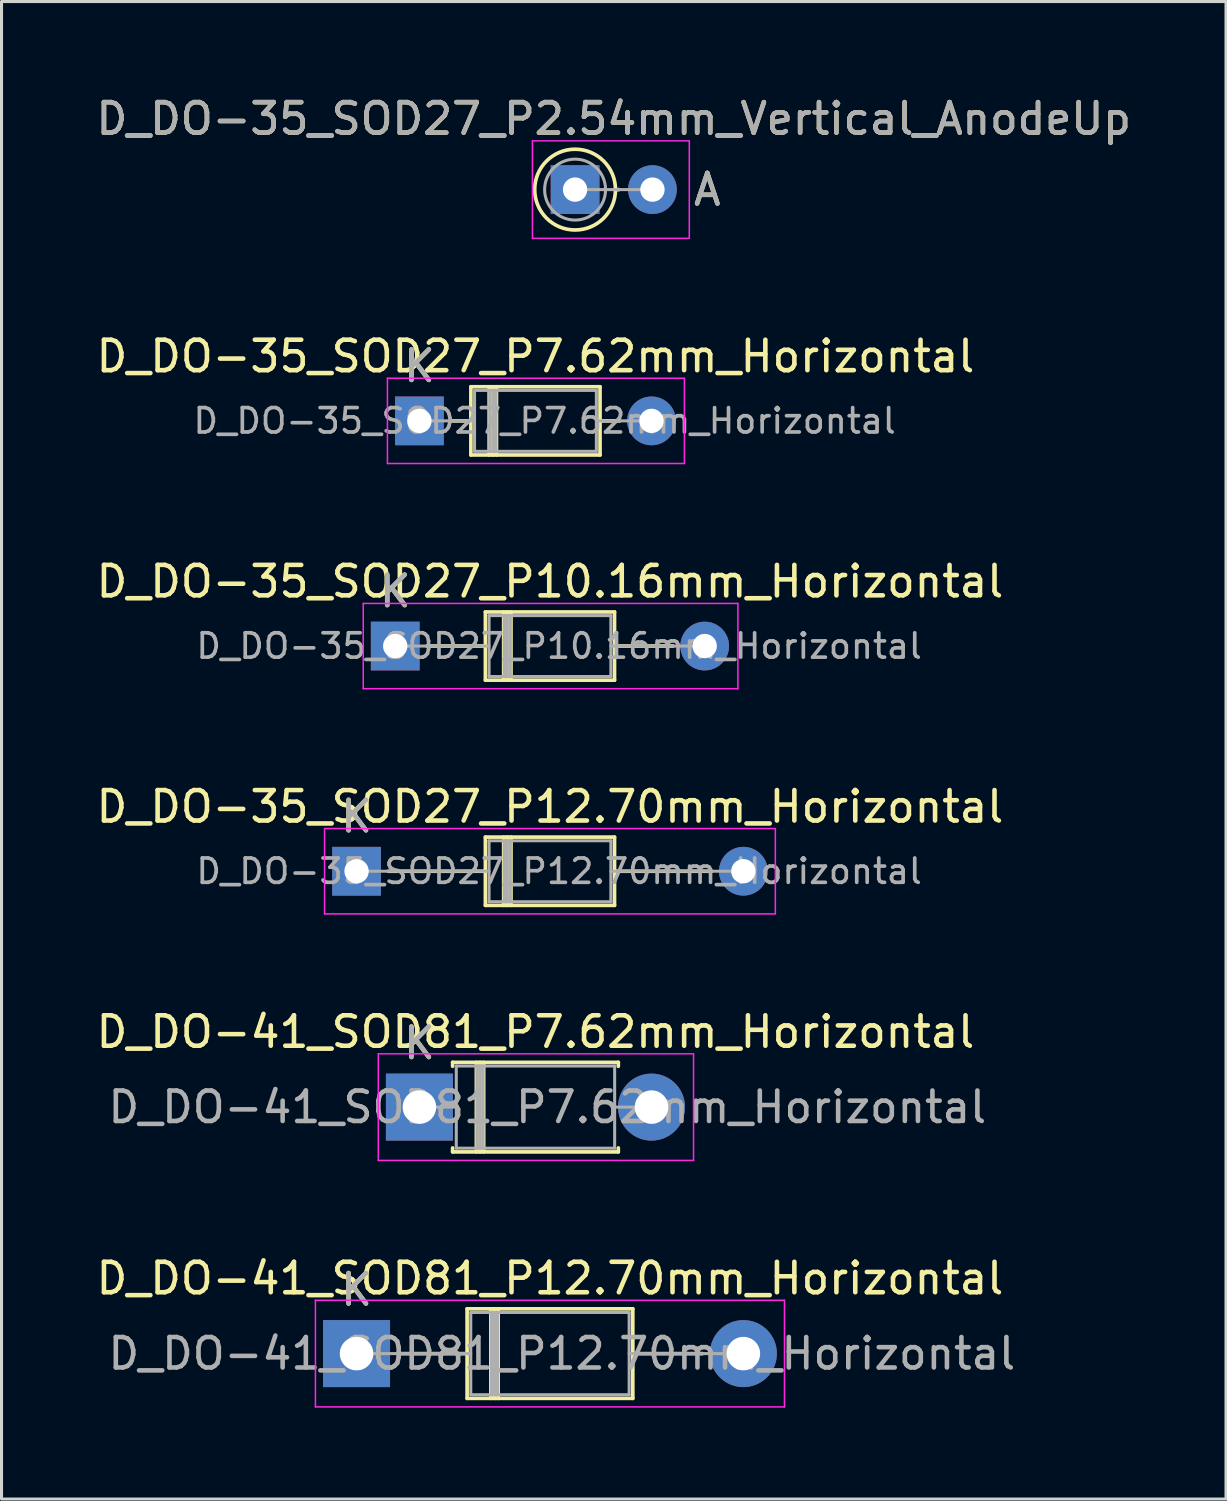
<source format=kicad_pcb>
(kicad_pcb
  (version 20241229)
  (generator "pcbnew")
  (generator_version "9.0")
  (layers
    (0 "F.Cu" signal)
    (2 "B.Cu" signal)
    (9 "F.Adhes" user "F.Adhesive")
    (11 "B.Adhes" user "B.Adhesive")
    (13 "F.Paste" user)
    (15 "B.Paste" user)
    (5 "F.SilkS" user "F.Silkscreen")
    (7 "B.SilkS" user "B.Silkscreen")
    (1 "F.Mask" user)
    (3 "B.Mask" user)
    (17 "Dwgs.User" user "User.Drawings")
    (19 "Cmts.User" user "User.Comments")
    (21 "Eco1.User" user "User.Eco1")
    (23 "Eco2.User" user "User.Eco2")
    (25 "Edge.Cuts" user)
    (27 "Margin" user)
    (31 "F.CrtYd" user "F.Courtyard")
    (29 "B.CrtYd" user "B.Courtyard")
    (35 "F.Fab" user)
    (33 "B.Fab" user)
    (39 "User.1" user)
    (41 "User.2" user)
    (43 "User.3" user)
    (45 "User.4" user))
  (footprint "D_DO-35_SOD27_P7.62mm_Horizontal"
    (layer "F.Cu")
    (at 10.72 10.768)
    (property "Reference" "D_DO-35_SOD27_P7.62mm_Horizontal" (at 3.81 -2.12 0) (layer "F.SilkS") (effects (font (size 1 1) (thickness 0.15))))
    (attr through_hole)
    (fp_line (start 1.04 0) (end 1.69 0) (stroke (width 0.12) (type solid)) (layer "F.SilkS"))
    (fp_line (start 1.69 -1.12) (end 1.69 1.12) (stroke (width 0.12) (type solid)) (layer "F.SilkS"))
    (fp_line (start 1.69 1.12) (end 5.93 1.12) (stroke (width 0.12) (type solid)) (layer "F.SilkS"))
    (fp_line (start 2.29 -1.12) (end 2.29 1.12) (stroke (width 0.12) (type solid)) (layer "F.SilkS"))
    (fp_line (start 2.41 -1.12) (end 2.41 1.12) (stroke (width 0.12) (type solid)) (layer "F.SilkS"))
    (fp_line (start 2.53 -1.12) (end 2.53 1.12) (stroke (width 0.12) (type solid)) (layer "F.SilkS"))
    (fp_line (start 5.93 -1.12) (end 1.69 -1.12) (stroke (width 0.12) (type solid)) (layer "F.SilkS"))
    (fp_line (start 5.93 1.12) (end 5.93 -1.12) (stroke (width 0.12) (type solid)) (layer "F.SilkS"))
    (fp_line (start 6.58 0) (end 5.93 0) (stroke (width 0.12) (type solid)) (layer "F.SilkS"))
    (fp_line (start -1.05 -1.4) (end -1.05 1.4) (stroke (width 0.05) (type solid)) (layer "F.CrtYd"))
    (fp_line (start -1.05 1.4) (end 8.7 1.4) (stroke (width 0.05) (type solid)) (layer "F.CrtYd"))
    (fp_line (start 8.7 -1.4) (end -1.05 -1.4) (stroke (width 0.05) (type solid)) (layer "F.CrtYd"))
    (fp_line (start 8.7 1.4) (end 8.7 -1.4) (stroke (width 0.05) (type solid)) (layer "F.CrtYd"))
    (fp_line (start 0 0) (end 1.81 0) (stroke (width 0.1) (type solid)) (layer "F.Fab"))
    (fp_line (start 1.81 -1) (end 1.81 1) (stroke (width 0.1) (type solid)) (layer "F.Fab"))
    (fp_line (start 1.81 1) (end 5.81 1) (stroke (width 0.1) (type solid)) (layer "F.Fab"))
    (fp_line (start 2.31 -1) (end 2.31 1) (stroke (width 0.1) (type solid)) (layer "F.Fab"))
    (fp_line (start 2.41 -1) (end 2.41 1) (stroke (width 0.1) (type solid)) (layer "F.Fab"))
    (fp_line (start 2.51 -1) (end 2.51 1) (stroke (width 0.1) (type solid)) (layer "F.Fab"))
    (fp_line (start 5.81 -1) (end 1.81 -1) (stroke (width 0.1) (type solid)) (layer "F.Fab"))
    (fp_line (start 5.81 1) (end 5.81 -1) (stroke (width 0.1) (type solid)) (layer "F.Fab"))
    (fp_line (start 7.62 0) (end 5.81 0) (stroke (width 0.1) (type solid)) (layer "F.Fab"))
    (fp_text user "K" (at 0 -1.8 0) (layer "F.SilkS") (effects (font (size 1 1) (thickness 0.15))))
    (fp_text user "${REFERENCE}" (at 4.11 0 0) (layer "F.Fab") (effects (font (size 0.8 0.8) (thickness 0.12))))
    (fp_text user "K" (at 0 -1.8 0) (layer "F.Fab") (effects (font (size 1 1) (thickness 0.15))))
    (pad "1" thru_hole rect (at 0 0) (size 1.6 1.6) (drill 0.8) (layers "*.Cu" "*.Mask"))
    (pad "2" thru_hole oval (at 7.62 0) (size 1.6 1.6) (drill 0.8) (layers "*.Cu" "*.Mask")))
  (footprint "D_DO-41_SOD81_P12.70mm_Horizontal"
    (layer "F.Cu")
    (at 8.656 41.391)
    (property "Reference" "D_DO-41_SOD81_P12.70mm_Horizontal" (at 6.35 -2.47 0) (layer "F.SilkS") (effects (font (size 1 1) (thickness 0.15))))
    (attr through_hole)
    (fp_line (start 1.34 0) (end 3.63 0) (stroke (width 0.12) (type solid)) (layer "F.SilkS"))
    (fp_line (start 3.63 -1.47) (end 3.63 1.47) (stroke (width 0.12) (type solid)) (layer "F.SilkS"))
    (fp_line (start 3.63 1.47) (end 9.07 1.47) (stroke (width 0.12) (type solid)) (layer "F.SilkS"))
    (fp_line (start 4.41 -1.47) (end 4.41 1.47) (stroke (width 0.12) (type solid)) (layer "F.SilkS"))
    (fp_line (start 4.53 -1.47) (end 4.53 1.47) (stroke (width 0.12) (type solid)) (layer "F.SilkS"))
    (fp_line (start 4.65 -1.47) (end 4.65 1.47) (stroke (width 0.12) (type solid)) (layer "F.SilkS"))
    (fp_line (start 9.07 -1.47) (end 3.63 -1.47) (stroke (width 0.12) (type solid)) (layer "F.SilkS"))
    (fp_line (start 9.07 1.47) (end 9.07 -1.47) (stroke (width 0.12) (type solid)) (layer "F.SilkS"))
    (fp_line (start 11.36 0) (end 9.07 0) (stroke (width 0.12) (type solid)) (layer "F.SilkS"))
    (fp_line (start -1.35 -1.75) (end -1.35 1.75) (stroke (width 0.05) (type solid)) (layer "F.CrtYd"))
    (fp_line (start -1.35 1.75) (end 14.05 1.75) (stroke (width 0.05) (type solid)) (layer "F.CrtYd"))
    (fp_line (start 14.05 -1.75) (end -1.35 -1.75) (stroke (width 0.05) (type solid)) (layer "F.CrtYd"))
    (fp_line (start 14.05 1.75) (end 14.05 -1.75) (stroke (width 0.05) (type solid)) (layer "F.CrtYd"))
    (fp_line (start 0 0) (end 3.75 0) (stroke (width 0.1) (type solid)) (layer "F.Fab"))
    (fp_line (start 3.75 -1.35) (end 3.75 1.35) (stroke (width 0.1) (type solid)) (layer "F.Fab"))
    (fp_line (start 3.75 1.35) (end 8.95 1.35) (stroke (width 0.1) (type solid)) (layer "F.Fab"))
    (fp_line (start 4.43 -1.35) (end 4.43 1.35) (stroke (width 0.1) (type solid)) (layer "F.Fab"))
    (fp_line (start 4.53 -1.35) (end 4.53 1.35) (stroke (width 0.1) (type solid)) (layer "F.Fab"))
    (fp_line (start 4.63 -1.35) (end 4.63 1.35) (stroke (width 0.1) (type solid)) (layer "F.Fab"))
    (fp_line (start 8.95 -1.35) (end 3.75 -1.35) (stroke (width 0.1) (type solid)) (layer "F.Fab"))
    (fp_line (start 8.95 1.35) (end 8.95 -1.35) (stroke (width 0.1) (type solid)) (layer "F.Fab"))
    (fp_line (start 12.7 0) (end 8.95 0) (stroke (width 0.1) (type solid)) (layer "F.Fab"))
    (fp_text user "K" (at 0 -2.1 0) (layer "F.SilkS") (effects (font (size 1 1) (thickness 0.15))))
    (fp_text user "${REFERENCE}" (at 6.74 0 0) (layer "F.Fab") (effects (font (size 1 1) (thickness 0.15))))
    (fp_text user "K" (at 0 -2.1 0) (layer "F.Fab") (effects (font (size 1 1) (thickness 0.15))))
    (pad "1" thru_hole rect (at 0 0) (size 2.2 2.2) (drill 1.1) (layers "*.Cu" "*.Mask"))
    (pad "2" thru_hole oval (at 12.7 0) (size 2.2 2.2) (drill 1.1) (layers "*.Cu" "*.Mask")))
  (footprint "D_DO-35_SOD27_P2.54mm_Vertical_AnodeUp"
    (layer "F.Cu")
    (at 15.831 3.175)
    (property "Reference" "D_DO-35_SOD27_P2.54mm_Vertical_AnodeUp" (at 1.27 -2.326 0) (layer "F.SilkS") (effects (font (size 1 1) (thickness 0.15))))
    (attr through_hole)
    (fp_line (start 1.326 0) (end 1.44 0) (stroke (width 0.12) (type solid)) (layer "F.SilkS"))
    (fp_circle (center 0 0) (end 1.326 0) (stroke (width 0.12) (type solid)) (fill no) (layer "F.SilkS"))
    (fp_line (start -1.4 -1.6) (end -1.4 1.6) (stroke (width 0.05) (type solid)) (layer "F.CrtYd"))
    (fp_line (start -1.4 1.6) (end 3.75 1.6) (stroke (width 0.05) (type solid)) (layer "F.CrtYd"))
    (fp_line (start 3.75 -1.6) (end -1.4 -1.6) (stroke (width 0.05) (type solid)) (layer "F.CrtYd"))
    (fp_line (start 3.75 1.6) (end 3.75 -1.6) (stroke (width 0.05) (type solid)) (layer "F.CrtYd"))
    (fp_line (start 0 0) (end 2.54 0) (stroke (width 0.1) (type solid)) (layer "F.Fab"))
    (fp_circle (center 0 0) (end 1 0) (stroke (width 0.1) (type solid)) (fill no) (layer "F.Fab"))
    (fp_text user "A" (at 4.34 0 0) (layer "F.SilkS") (effects (font (size 1 1) (thickness 0.15))))
    (fp_text user "A" (at 4.34 0 0) (layer "F.Fab") (effects (font (size 1 1) (thickness 0.15))))
    (fp_text user "${REFERENCE}" (at 1.27 -2.326 0) (layer "F.Fab") (effects (font (size 1 1) (thickness 0.15))))
    (pad "1" thru_hole rect (at 0 0) (size 1.6 1.6) (drill 0.8) (layers "*.Cu" "*.Mask"))
    (pad "2" thru_hole oval (at 2.54 0) (size 1.6 1.6) (drill 0.8) (layers "*.Cu" "*.Mask")))
  (footprint "D_DO-41_SOD81_P7.62mm_Horizontal"
    (layer "F.Cu")
    (at 10.72 33.298)
    (property "Reference" "D_DO-41_SOD81_P7.62mm_Horizontal" (at 3.81 -2.47 0) (layer "F.SilkS") (effects (font (size 1 1) (thickness 0.15))))
    (attr through_hole)
    (fp_line (start 1.09 -1.47) (end 6.53 -1.47) (stroke (width 0.12) (type solid)) (layer "F.SilkS"))
    (fp_line (start 1.09 -1.34) (end 1.09 -1.47) (stroke (width 0.12) (type solid)) (layer "F.SilkS"))
    (fp_line (start 1.09 1.34) (end 1.09 1.47) (stroke (width 0.12) (type solid)) (layer "F.SilkS"))
    (fp_line (start 1.09 1.47) (end 6.53 1.47) (stroke (width 0.12) (type solid)) (layer "F.SilkS"))
    (fp_line (start 1.87 -1.47) (end 1.87 1.47) (stroke (width 0.12) (type solid)) (layer "F.SilkS"))
    (fp_line (start 1.99 -1.47) (end 1.99 1.47) (stroke (width 0.12) (type solid)) (layer "F.SilkS"))
    (fp_line (start 2.11 -1.47) (end 2.11 1.47) (stroke (width 0.12) (type solid)) (layer "F.SilkS"))
    (fp_line (start 6.53 -1.47) (end 6.53 -1.34) (stroke (width 0.12) (type solid)) (layer "F.SilkS"))
    (fp_line (start 6.53 1.47) (end 6.53 1.34) (stroke (width 0.12) (type solid)) (layer "F.SilkS"))
    (fp_line (start -1.35 -1.75) (end -1.35 1.75) (stroke (width 0.05) (type solid)) (layer "F.CrtYd"))
    (fp_line (start -1.35 1.75) (end 9 1.75) (stroke (width 0.05) (type solid)) (layer "F.CrtYd"))
    (fp_line (start 9 -1.75) (end -1.35 -1.75) (stroke (width 0.05) (type solid)) (layer "F.CrtYd"))
    (fp_line (start 9 1.75) (end 9 -1.75) (stroke (width 0.05) (type solid)) (layer "F.CrtYd"))
    (fp_line (start 0 0) (end 1.21 0) (stroke (width 0.1) (type solid)) (layer "F.Fab"))
    (fp_line (start 1.21 -1.35) (end 1.21 1.35) (stroke (width 0.1) (type solid)) (layer "F.Fab"))
    (fp_line (start 1.21 1.35) (end 6.41 1.35) (stroke (width 0.1) (type solid)) (layer "F.Fab"))
    (fp_line (start 1.89 -1.35) (end 1.89 1.35) (stroke (width 0.1) (type solid)) (layer "F.Fab"))
    (fp_line (start 1.99 -1.35) (end 1.99 1.35) (stroke (width 0.1) (type solid)) (layer "F.Fab"))
    (fp_line (start 2.09 -1.35) (end 2.09 1.35) (stroke (width 0.1) (type solid)) (layer "F.Fab"))
    (fp_line (start 6.41 -1.35) (end 1.21 -1.35) (stroke (width 0.1) (type solid)) (layer "F.Fab"))
    (fp_line (start 6.41 1.35) (end 6.41 -1.35) (stroke (width 0.1) (type solid)) (layer "F.Fab"))
    (fp_line (start 7.62 0) (end 6.41 0) (stroke (width 0.1) (type solid)) (layer "F.Fab"))
    (fp_text user "K" (at 0 -2.1 0) (layer "F.SilkS") (effects (font (size 1 1) (thickness 0.15))))
    (fp_text user "${REFERENCE}" (at 4.2 0 0) (layer "F.Fab") (effects (font (size 1 1) (thickness 0.15))))
    (fp_text user "K" (at 0 -2.1 0) (layer "F.Fab") (effects (font (size 1 1) (thickness 0.15))))
    (pad "1" thru_hole rect (at 0 0) (size 2.2 2.2) (drill 1.1) (layers "*.Cu" "*.Mask"))
    (pad "2" thru_hole oval (at 7.62 0) (size 2.2 2.2) (drill 1.1) (layers "*.Cu" "*.Mask")))
  (footprint "D_DO-35_SOD27_P10.16mm_Horizontal"
    (layer "F.Cu")
    (at 9.926 18.161)
    (property "Reference" "D_DO-35_SOD27_P10.16mm_Horizontal" (at 5.08 -2.12 0) (layer "F.SilkS") (effects (font (size 1 1) (thickness 0.15))))
    (attr through_hole)
    (fp_line (start 1.04 0) (end 2.96 0) (stroke (width 0.12) (type solid)) (layer "F.SilkS"))
    (fp_line (start 2.96 -1.12) (end 2.96 1.12) (stroke (width 0.12) (type solid)) (layer "F.SilkS"))
    (fp_line (start 2.96 1.12) (end 7.2 1.12) (stroke (width 0.12) (type solid)) (layer "F.SilkS"))
    (fp_line (start 3.56 -1.12) (end 3.56 1.12) (stroke (width 0.12) (type solid)) (layer "F.SilkS"))
    (fp_line (start 3.68 -1.12) (end 3.68 1.12) (stroke (width 0.12) (type solid)) (layer "F.SilkS"))
    (fp_line (start 3.8 -1.12) (end 3.8 1.12) (stroke (width 0.12) (type solid)) (layer "F.SilkS"))
    (fp_line (start 7.2 -1.12) (end 2.96 -1.12) (stroke (width 0.12) (type solid)) (layer "F.SilkS"))
    (fp_line (start 7.2 1.12) (end 7.2 -1.12) (stroke (width 0.12) (type solid)) (layer "F.SilkS"))
    (fp_line (start 9.12 0) (end 7.2 0) (stroke (width 0.12) (type solid)) (layer "F.SilkS"))
    (fp_line (start -1.05 -1.4) (end -1.05 1.4) (stroke (width 0.05) (type solid)) (layer "F.CrtYd"))
    (fp_line (start -1.05 1.4) (end 11.25 1.4) (stroke (width 0.05) (type solid)) (layer "F.CrtYd"))
    (fp_line (start 11.25 -1.4) (end -1.05 -1.4) (stroke (width 0.05) (type solid)) (layer "F.CrtYd"))
    (fp_line (start 11.25 1.4) (end 11.25 -1.4) (stroke (width 0.05) (type solid)) (layer "F.CrtYd"))
    (fp_line (start 0 0) (end 3.08 0) (stroke (width 0.1) (type solid)) (layer "F.Fab"))
    (fp_line (start 3.08 -1) (end 3.08 1) (stroke (width 0.1) (type solid)) (layer "F.Fab"))
    (fp_line (start 3.08 1) (end 7.08 1) (stroke (width 0.1) (type solid)) (layer "F.Fab"))
    (fp_line (start 3.58 -1) (end 3.58 1) (stroke (width 0.1) (type solid)) (layer "F.Fab"))
    (fp_line (start 3.68 -1) (end 3.68 1) (stroke (width 0.1) (type solid)) (layer "F.Fab"))
    (fp_line (start 3.78 -1) (end 3.78 1) (stroke (width 0.1) (type solid)) (layer "F.Fab"))
    (fp_line (start 7.08 -1) (end 3.08 -1) (stroke (width 0.1) (type solid)) (layer "F.Fab"))
    (fp_line (start 7.08 1) (end 7.08 -1) (stroke (width 0.1) (type solid)) (layer "F.Fab"))
    (fp_line (start 10.16 0) (end 7.08 0) (stroke (width 0.1) (type solid)) (layer "F.Fab"))
    (fp_text user "K" (at 0 -1.8 0) (layer "F.SilkS") (effects (font (size 1 1) (thickness 0.15))))
    (fp_text user "${REFERENCE}" (at 5.38 0 0) (layer "F.Fab") (effects (font (size 0.8 0.8) (thickness 0.12))))
    (fp_text user "K" (at 0 -1.8 0) (layer "F.Fab") (effects (font (size 1 1) (thickness 0.15))))
    (pad "1" thru_hole rect (at 0 0) (size 1.6 1.6) (drill 0.8) (layers "*.Cu" "*.Mask"))
    (pad "2" thru_hole oval (at 10.16 0) (size 1.6 1.6) (drill 0.8) (layers "*.Cu" "*.Mask")))
  (footprint "D_DO-35_SOD27_P12.70mm_Horizontal"
    (layer "F.Cu")
    (at 8.656 25.554)
    (property "Reference" "D_DO-35_SOD27_P12.70mm_Horizontal" (at 6.35 -2.12 0) (layer "F.SilkS") (effects (font (size 1 1) (thickness 0.15))))
    (attr through_hole)
    (fp_line (start 1.04 0) (end 4.23 0) (stroke (width 0.12) (type solid)) (layer "F.SilkS"))
    (fp_line (start 4.23 -1.12) (end 4.23 1.12) (stroke (width 0.12) (type solid)) (layer "F.SilkS"))
    (fp_line (start 4.23 1.12) (end 8.47 1.12) (stroke (width 0.12) (type solid)) (layer "F.SilkS"))
    (fp_line (start 4.83 -1.12) (end 4.83 1.12) (stroke (width 0.12) (type solid)) (layer "F.SilkS"))
    (fp_line (start 4.95 -1.12) (end 4.95 1.12) (stroke (width 0.12) (type solid)) (layer "F.SilkS"))
    (fp_line (start 5.07 -1.12) (end 5.07 1.12) (stroke (width 0.12) (type solid)) (layer "F.SilkS"))
    (fp_line (start 8.47 -1.12) (end 4.23 -1.12) (stroke (width 0.12) (type solid)) (layer "F.SilkS"))
    (fp_line (start 8.47 1.12) (end 8.47 -1.12) (stroke (width 0.12) (type solid)) (layer "F.SilkS"))
    (fp_line (start 11.66 0) (end 8.47 0) (stroke (width 0.12) (type solid)) (layer "F.SilkS"))
    (fp_line (start -1.05 -1.4) (end -1.05 1.4) (stroke (width 0.05) (type solid)) (layer "F.CrtYd"))
    (fp_line (start -1.05 1.4) (end 13.75 1.4) (stroke (width 0.05) (type solid)) (layer "F.CrtYd"))
    (fp_line (start 13.75 -1.4) (end -1.05 -1.4) (stroke (width 0.05) (type solid)) (layer "F.CrtYd"))
    (fp_line (start 13.75 1.4) (end 13.75 -1.4) (stroke (width 0.05) (type solid)) (layer "F.CrtYd"))
    (fp_line (start 0 0) (end 4.35 0) (stroke (width 0.1) (type solid)) (layer "F.Fab"))
    (fp_line (start 4.35 -1) (end 4.35 1) (stroke (width 0.1) (type solid)) (layer "F.Fab"))
    (fp_line (start 4.35 1) (end 8.35 1) (stroke (width 0.1) (type solid)) (layer "F.Fab"))
    (fp_line (start 4.85 -1) (end 4.85 1) (stroke (width 0.1) (type solid)) (layer "F.Fab"))
    (fp_line (start 4.95 -1) (end 4.95 1) (stroke (width 0.1) (type solid)) (layer "F.Fab"))
    (fp_line (start 5.05 -1) (end 5.05 1) (stroke (width 0.1) (type solid)) (layer "F.Fab"))
    (fp_line (start 8.35 -1) (end 4.35 -1) (stroke (width 0.1) (type solid)) (layer "F.Fab"))
    (fp_line (start 8.35 1) (end 8.35 -1) (stroke (width 0.1) (type solid)) (layer "F.Fab"))
    (fp_line (start 12.7 0) (end 8.35 0) (stroke (width 0.1) (type solid)) (layer "F.Fab"))
    (fp_text user "K" (at 0 -1.8 0) (layer "F.SilkS") (effects (font (size 1 1) (thickness 0.15))))
    (fp_text user "K" (at 0 -1.8 0) (layer "F.Fab") (effects (font (size 1 1) (thickness 0.15))))
    (fp_text user "${REFERENCE}" (at 6.65 0 0) (layer "F.Fab") (effects (font (size 0.8 0.8) (thickness 0.12))))
    (pad "1" thru_hole rect (at 0 0) (size 1.6 1.6) (drill 0.8) (layers "*.Cu" "*.Mask"))
    (pad "2" thru_hole oval (at 12.7 0) (size 1.6 1.6) (drill 0.8) (layers "*.Cu" "*.Mask")))
  (gr_rect
    (start -3 -3)
    (end 37.202 46.166)
    (stroke (width 0.1) (type default))
    (fill no)
    (layer "Edge.Cuts")))
</source>
